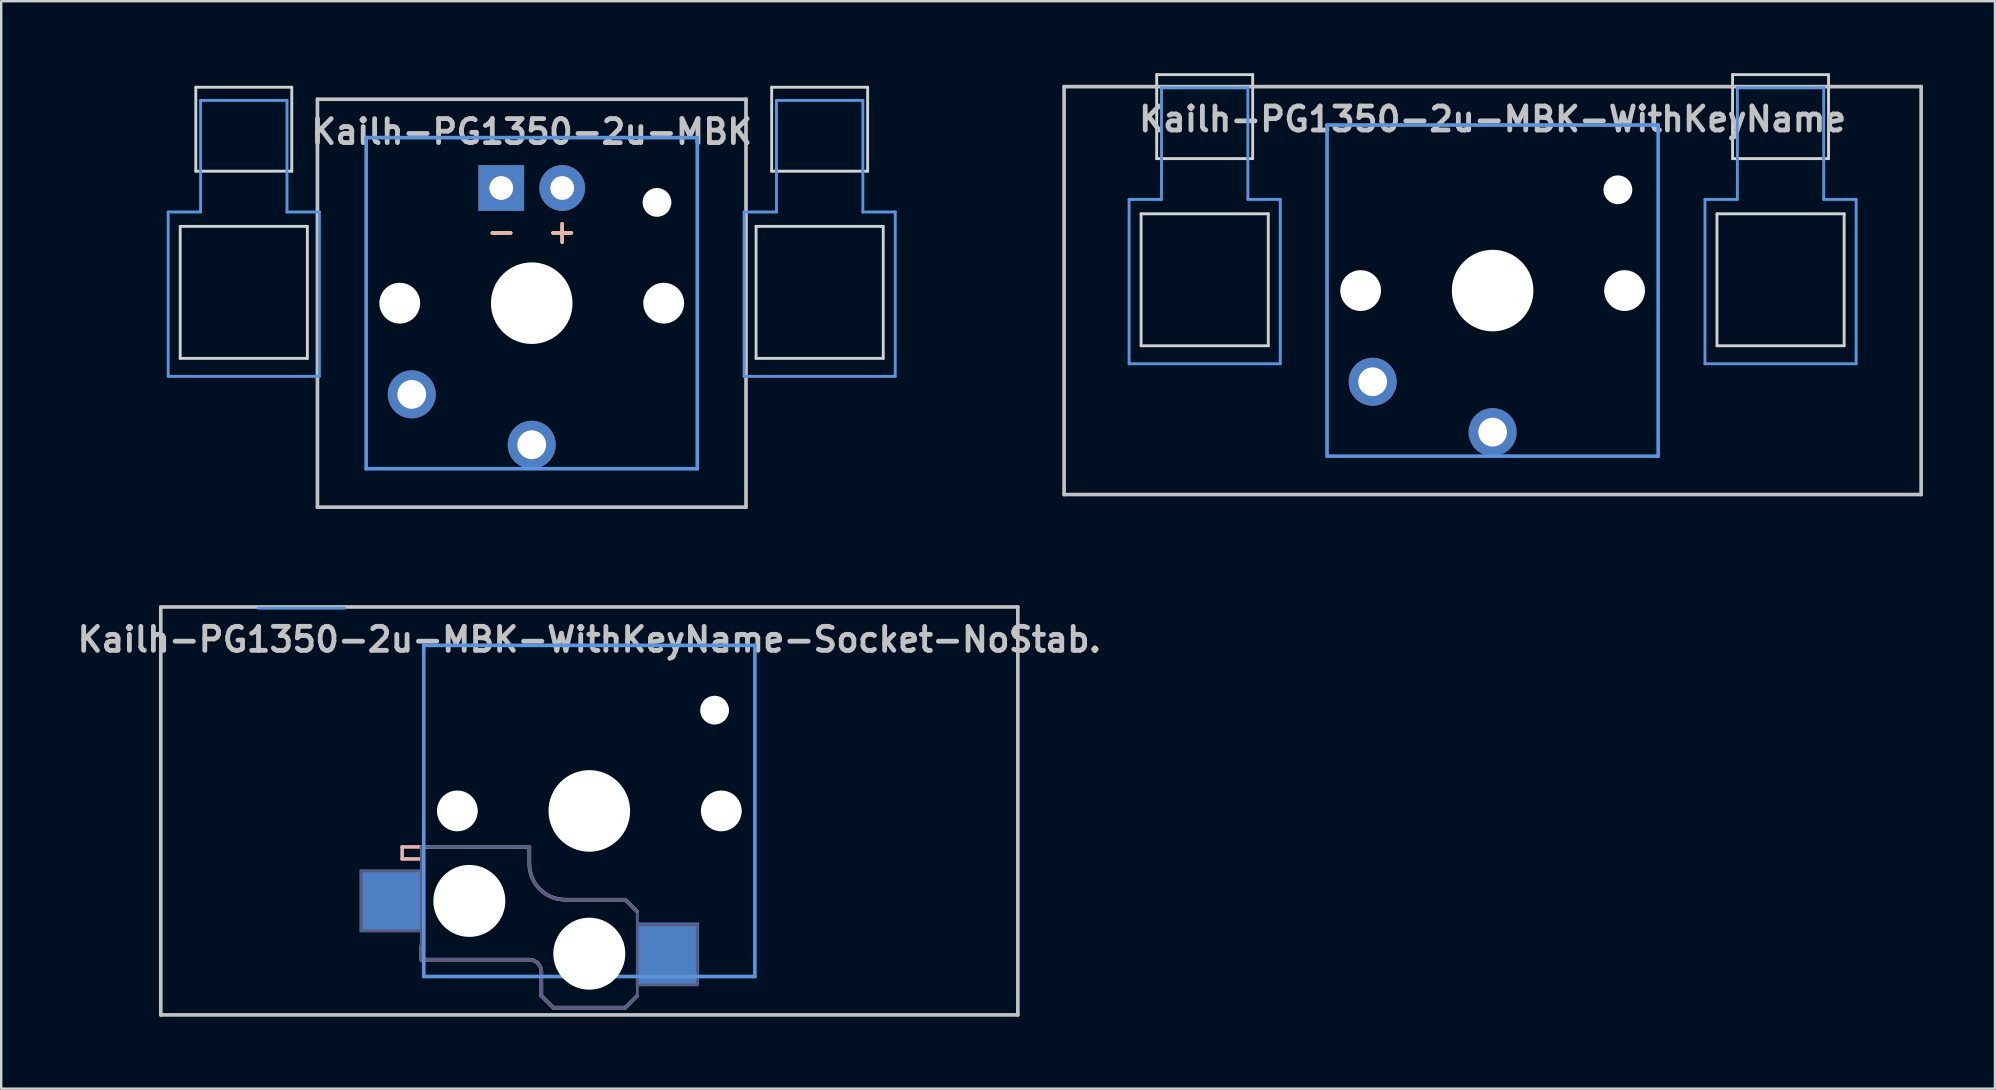
<source format=kicad_pcb>
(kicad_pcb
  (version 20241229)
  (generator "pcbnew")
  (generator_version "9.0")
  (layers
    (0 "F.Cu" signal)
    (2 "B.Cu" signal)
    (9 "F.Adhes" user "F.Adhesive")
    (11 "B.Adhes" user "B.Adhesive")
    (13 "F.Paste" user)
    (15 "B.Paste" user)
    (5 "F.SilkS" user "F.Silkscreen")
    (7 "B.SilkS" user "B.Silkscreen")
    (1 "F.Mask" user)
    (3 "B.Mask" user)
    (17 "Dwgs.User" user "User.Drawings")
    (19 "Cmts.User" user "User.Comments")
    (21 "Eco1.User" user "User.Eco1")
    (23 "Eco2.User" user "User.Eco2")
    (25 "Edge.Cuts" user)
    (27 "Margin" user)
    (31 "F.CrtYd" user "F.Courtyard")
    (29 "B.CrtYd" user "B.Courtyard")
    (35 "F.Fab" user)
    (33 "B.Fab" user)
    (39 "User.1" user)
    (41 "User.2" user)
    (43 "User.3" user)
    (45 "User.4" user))
  (footprint "Kailh-PG1350-2u-MBK-WithKeyName-Socket-NoStab."
    (layer "F.Cu")
    (at 21.51 30.746)
    (property "Reference" "Kailh-PG1350-2u-MBK-WithKeyName-Socket-NoStab." (at 0 -7.144 180) (layer "Dwgs.User") (effects (font (size 1 1) (thickness 0.2))))
    (attr through_hole)
    (fp_line (start -7.8 1.5) (end -7.8 2) (stroke (width 0.15) (type solid)) (layer "B.SilkS"))
    (fp_line (start -7 2) (end -7.8 2) (stroke (width 0.15) (type solid)) (layer "B.SilkS"))
    (fp_line (start -7 5.6) (end -7 6.2) (stroke (width 0.15) (type solid)) (layer "B.SilkS"))
    (fp_line (start -7 6.2) (end -2.5 6.2) (stroke (width 0.15) (type solid)) (layer "B.SilkS"))
    (fp_line (start -2.5 1.5) (end -7.8 1.5) (stroke (width 0.15) (type solid)) (layer "B.SilkS"))
    (fp_line (start -2.5 2.2) (end -2.5 1.5) (stroke (width 0.15) (type solid)) (layer "B.SilkS"))
    (fp_line (start -2 6.7) (end -2 7.7) (stroke (width 0.15) (type solid)) (layer "B.SilkS"))
    (fp_line (start -1.5 8.2) (end -2 7.7) (stroke (width 0.15) (type solid)) (layer "B.SilkS"))
    (fp_line (start 1.5 3.7) (end -1 3.7) (stroke (width 0.15) (type solid)) (layer "B.SilkS"))
    (fp_line (start 1.5 8.2) (end -1.5 8.2) (stroke (width 0.15) (type solid)) (layer "B.SilkS"))
    (fp_line (start 2 4.2) (end 1.5 3.7) (stroke (width 0.15) (type solid)) (layer "B.SilkS"))
    (fp_line (start 2 7.7) (end 1.5 8.2) (stroke (width 0.15) (type solid)) (layer "B.SilkS"))
    (fp_arc (start -2.5 6.2) (mid -2.146447 6.346447) (end -2 6.7) (stroke (width 0.15) (type solid)) (layer "B.SilkS"))
    (fp_arc (start -1 3.7) (mid -2.06066 3.26066) (end -2.5 2.2) (stroke (width 0.15) (type solid)) (layer "B.SilkS"))
    (fp_line (start -17.859 -8.5) (end 17.859 -8.5) (stroke (width 0.152) (type solid)) (layer "Dwgs.User"))
    (fp_line (start -17.859 8.5) (end -17.859 -8.5) (stroke (width 0.152) (type solid)) (layer "Dwgs.User"))
    (fp_line (start 17.859 -8.5) (end 17.859 8.5) (stroke (width 0.152) (type solid)) (layer "Dwgs.User"))
    (fp_line (start 17.859 8.5) (end -17.859 8.5) (stroke (width 0.152) (type solid)) (layer "Dwgs.User"))
    (fp_line (start -13.8 -8.45) (end -10.2 -8.45) (stroke (width 0.12) (type solid)) (layer "Cmts.User"))
    (fp_line (start -6.9 -6.9) (end 6.9 -6.9) (stroke (width 0.152) (type solid)) (layer "Cmts.User"))
    (fp_line (start -6.9 6.9) (end -6.9 -6.9) (stroke (width 0.152) (type solid)) (layer "Cmts.User"))
    (fp_line (start 6.9 -6.9) (end 6.9 6.9) (stroke (width 0.152) (type solid)) (layer "Cmts.User"))
    (fp_line (start 6.9 6.9) (end -6.9 6.9) (stroke (width 0.152) (type solid)) (layer "Cmts.User"))
    (fp_line (start -7.5 -7.5) (end 7.5 -7.5) (stroke (width 0.152) (type solid)) (layer "Eco2.User"))
    (fp_line (start -7.5 7.5) (end -7.5 -7.5) (stroke (width 0.152) (type solid)) (layer "Eco2.User"))
    (fp_line (start -2.6 -3.1) (end -2.6 -6.3) (stroke (width 0.15) (type solid)) (layer "Eco2.User"))
    (fp_line (start -2.6 -3.1) (end 2.6 -3.1) (stroke (width 0.15) (type solid)) (layer "Eco2.User"))
    (fp_line (start 2.6 -6.3) (end -2.6 -6.3) (stroke (width 0.15) (type solid)) (layer "Eco2.User"))
    (fp_line (start 2.6 -3.1) (end 2.6 -6.3) (stroke (width 0.15) (type solid)) (layer "Eco2.User"))
    (fp_line (start 7.5 -7.5) (end 7.5 7.5) (stroke (width 0.152) (type solid)) (layer "Eco2.User"))
    (fp_line (start 7.5 7.5) (end -7.5 7.5) (stroke (width 0.152) (type solid)) (layer "Eco2.User"))
    (fp_line (start -9.5 2.5) (end -7 2.5) (stroke (width 0.12) (type solid)) (layer "B.Fab"))
    (fp_line (start -9.5 5) (end -9.5 2.5) (stroke (width 0.12) (type solid)) (layer "B.Fab"))
    (fp_line (start -7 1.5) (end -7 6.2) (stroke (width 0.12) (type solid)) (layer "B.Fab"))
    (fp_line (start -7 5) (end -9.5 5) (stroke (width 0.12) (type solid)) (layer "B.Fab"))
    (fp_line (start -7 6.2) (end -2.5 6.2) (stroke (width 0.15) (type solid)) (layer "B.Fab"))
    (fp_line (start -2.5 1.5) (end -7 1.5) (stroke (width 0.15) (type solid)) (layer "B.Fab"))
    (fp_line (start -2.5 2.2) (end -2.5 1.5) (stroke (width 0.15) (type solid)) (layer "B.Fab"))
    (fp_line (start -2 6.7) (end -2 7.7) (stroke (width 0.15) (type solid)) (layer "B.Fab"))
    (fp_line (start -1.5 8.2) (end -2 7.7) (stroke (width 0.15) (type solid)) (layer "B.Fab"))
    (fp_line (start 1.5 3.7) (end -1 3.7) (stroke (width 0.15) (type solid)) (layer "B.Fab"))
    (fp_line (start 1.5 8.2) (end -1.5 8.2) (stroke (width 0.15) (type solid)) (layer "B.Fab"))
    (fp_line (start 2 4.2) (end 1.5 3.7) (stroke (width 0.15) (type solid)) (layer "B.Fab"))
    (fp_line (start 2 4.25) (end 2 7.7) (stroke (width 0.12) (type solid)) (layer "B.Fab"))
    (fp_line (start 2 4.75) (end 4.5 4.75) (stroke (width 0.12) (type solid)) (layer "B.Fab"))
    (fp_line (start 2 7.7) (end 1.5 8.2) (stroke (width 0.15) (type solid)) (layer "B.Fab"))
    (fp_line (start 4.5 4.75) (end 4.5 7.25) (stroke (width 0.12) (type solid)) (layer "B.Fab"))
    (fp_line (start 4.5 7.25) (end 2 7.25) (stroke (width 0.12) (type solid)) (layer "B.Fab"))
    (fp_arc (start -2.5 6.2) (mid -2.146447 6.346447) (end -2 6.7) (stroke (width 0.15) (type solid)) (layer "B.Fab"))
    (fp_arc (start -1 3.7) (mid -2.06066 3.26066) (end -2.5 2.2) (stroke (width 0.15) (type solid)) (layer "B.Fab"))
    (pad "" np_thru_hole circle (at -5.5 0 180) (size 1.7 1.7) (drill 1.7) (layers "*.Cu" "*.Mask"))
    (pad "" np_thru_hole circle (at -5 3.75) (size 3 3) (drill 3) (layers "*.Cu" "*.Mask"))
    (pad "" np_thru_hole circle (at 0 0 180) (size 3.4 3.4) (drill 3.4) (layers "*.Cu" "*.Mask"))
    (pad "" np_thru_hole circle (at 0 5.95) (size 3 3) (drill 3) (layers "*.Cu" "*.Mask"))
    (pad "" np_thru_hole circle (at 5.22 -4.2 180) (size 1.2 1.2) (drill 1.2) (layers "*.Cu" "*.Mask"))
    (pad "" np_thru_hole circle (at 5.5 0 180) (size 1.7 1.7) (drill 1.7) (layers "*.Cu" "*.Mask"))
    (pad "1" smd rect (at 3.275 5.95) (size 2.6 2.6) (layers "B.Cu" "B.Mask" "B.Paste"))
    (pad "2" smd rect (at -8.275 3.75) (size 2.6 2.6) (layers "B.Cu" "B.Mask" "B.Paste")))
  (footprint "Kailh-PG1350-2u-MBK-WithKeyName"
    (layer "F.Cu")
    (at 59.156 9.06)
    (property "Reference" "Kailh-PG1350-2u-MBK-WithKeyName" (at 0 -7.144 180) (layer "Dwgs.User") (effects (font (size 1 1) (thickness 0.2))))
    (attr through_hole)
    (fp_line (start -17.859 -8.5) (end 17.859 -8.5) (stroke (width 0.152) (type solid)) (layer "Dwgs.User"))
    (fp_line (start -17.859 8.5) (end -17.859 -8.5) (stroke (width 0.152) (type solid)) (layer "Dwgs.User"))
    (fp_line (start 17.859 -8.5) (end 17.859 8.5) (stroke (width 0.152) (type solid)) (layer "Dwgs.User"))
    (fp_line (start 17.859 8.5) (end -17.859 8.5) (stroke (width 0.152) (type solid)) (layer "Dwgs.User"))
    (fp_line (start -15.15 -3.8) (end -13.8 -3.8) (stroke (width 0.12) (type solid)) (layer "Cmts.User"))
    (fp_line (start -15.15 3.05) (end -15.15 -3.8) (stroke (width 0.12) (type solid)) (layer "Cmts.User"))
    (fp_line (start -15.15 3.05) (end -8.85 3.05) (stroke (width 0.12) (type solid)) (layer "Cmts.User"))
    (fp_line (start -13.8 -8.45) (end -13.8 -3.8) (stroke (width 0.12) (type solid)) (layer "Cmts.User"))
    (fp_line (start -13.8 -8.45) (end -10.2 -8.45) (stroke (width 0.12) (type solid)) (layer "Cmts.User"))
    (fp_line (start -10.2 -8.45) (end -10.2 -3.8) (stroke (width 0.12) (type solid)) (layer "Cmts.User"))
    (fp_line (start -10.2 -3.8) (end -8.85 -3.8) (stroke (width 0.12) (type solid)) (layer "Cmts.User"))
    (fp_line (start -8.85 3.05) (end -8.85 -3.8) (stroke (width 0.12) (type solid)) (layer "Cmts.User"))
    (fp_line (start -6.9 -6.9) (end 6.9 -6.9) (stroke (width 0.152) (type solid)) (layer "Cmts.User"))
    (fp_line (start -6.9 6.9) (end -6.9 -6.9) (stroke (width 0.152) (type solid)) (layer "Cmts.User"))
    (fp_line (start 6.9 -6.9) (end 6.9 6.9) (stroke (width 0.152) (type solid)) (layer "Cmts.User"))
    (fp_line (start 6.9 6.9) (end -6.9 6.9) (stroke (width 0.152) (type solid)) (layer "Cmts.User"))
    (fp_line (start 8.85 -3.8) (end 10.2 -3.8) (stroke (width 0.12) (type solid)) (layer "Cmts.User"))
    (fp_line (start 8.85 3.05) (end 8.85 -3.8) (stroke (width 0.12) (type solid)) (layer "Cmts.User"))
    (fp_line (start 8.85 3.05) (end 15.15 3.05) (stroke (width 0.12) (type solid)) (layer "Cmts.User"))
    (fp_line (start 10.2 -8.45) (end 10.2 -3.8) (stroke (width 0.12) (type solid)) (layer "Cmts.User"))
    (fp_line (start 10.2 -8.45) (end 13.8 -8.45) (stroke (width 0.12) (type solid)) (layer "Cmts.User"))
    (fp_line (start 13.8 -8.45) (end 13.8 -3.8) (stroke (width 0.12) (type solid)) (layer "Cmts.User"))
    (fp_line (start 13.8 -3.8) (end 15.15 -3.8) (stroke (width 0.12) (type solid)) (layer "Cmts.User"))
    (fp_line (start 15.15 3.05) (end 15.15 -3.8) (stroke (width 0.12) (type solid)) (layer "Cmts.User"))
    (fp_line (start -7.5 -7.5) (end 7.5 -7.5) (stroke (width 0.152) (type solid)) (layer "Eco2.User"))
    (fp_line (start -7.5 7.5) (end -7.5 -7.5) (stroke (width 0.152) (type solid)) (layer "Eco2.User"))
    (fp_line (start -2.6 -3.1) (end -2.6 -6.3) (stroke (width 0.15) (type solid)) (layer "Eco2.User"))
    (fp_line (start -2.6 -3.1) (end 2.6 -3.1) (stroke (width 0.15) (type solid)) (layer "Eco2.User"))
    (fp_line (start 2.6 -6.3) (end -2.6 -6.3) (stroke (width 0.15) (type solid)) (layer "Eco2.User"))
    (fp_line (start 2.6 -3.1) (end 2.6 -6.3) (stroke (width 0.15) (type solid)) (layer "Eco2.User"))
    (fp_line (start 7.5 -7.5) (end 7.5 7.5) (stroke (width 0.152) (type solid)) (layer "Eco2.User"))
    (fp_line (start 7.5 7.5) (end -7.5 7.5) (stroke (width 0.152) (type solid)) (layer "Eco2.User"))
    (fp_line (start -14.65 -3.2) (end -14.65 2.3) (stroke (width 0.12) (type solid)) (layer "Edge.Cuts"))
    (fp_line (start -14.65 -3.2) (end -9.35 -3.2) (stroke (width 0.12) (type solid)) (layer "Edge.Cuts"))
    (fp_line (start -14.65 2.3) (end -9.35 2.3) (stroke (width 0.12) (type solid)) (layer "Edge.Cuts"))
    (fp_line (start -14 -9) (end -14 -5.5) (stroke (width 0.12) (type solid)) (layer "Edge.Cuts"))
    (fp_line (start -14 -9) (end -10 -9) (stroke (width 0.12) (type solid)) (layer "Edge.Cuts"))
    (fp_line (start -14 -5.5) (end -10 -5.5) (stroke (width 0.12) (type solid)) (layer "Edge.Cuts"))
    (fp_line (start -10 -5.5) (end -10 -9) (stroke (width 0.12) (type solid)) (layer "Edge.Cuts"))
    (fp_line (start -9.35 2.3) (end -9.35 -3.2) (stroke (width 0.12) (type solid)) (layer "Edge.Cuts"))
    (fp_line (start 9.35 -3.2) (end 9.35 2.3) (stroke (width 0.12) (type solid)) (layer "Edge.Cuts"))
    (fp_line (start 9.35 -3.2) (end 14.65 -3.2) (stroke (width 0.12) (type solid)) (layer "Edge.Cuts"))
    (fp_line (start 9.35 2.3) (end 14.65 2.3) (stroke (width 0.12) (type solid)) (layer "Edge.Cuts"))
    (fp_line (start 10 -9) (end 10 -5.5) (stroke (width 0.12) (type solid)) (layer "Edge.Cuts"))
    (fp_line (start 10 -9) (end 14 -9) (stroke (width 0.12) (type solid)) (layer "Edge.Cuts"))
    (fp_line (start 10 -5.5) (end 14 -5.5) (stroke (width 0.12) (type solid)) (layer "Edge.Cuts"))
    (fp_line (start 14 -5.5) (end 14 -9) (stroke (width 0.12) (type solid)) (layer "Edge.Cuts"))
    (fp_line (start 14.65 2.3) (end 14.65 -3.2) (stroke (width 0.12) (type solid)) (layer "Edge.Cuts"))
    (pad "" np_thru_hole circle (at -5.5 0 180) (size 1.7 1.7) (drill 1.7) (layers "*.Cu" "*.Mask"))
    (pad "" np_thru_hole circle (at 0 0 180) (size 3.4 3.4) (drill 3.4) (layers "*.Cu" "*.Mask"))
    (pad "" np_thru_hole circle (at 5.22 -4.2 180) (size 1.2 1.2) (drill 1.2) (layers "*.Cu" "*.Mask"))
    (pad "" np_thru_hole circle (at 5.5 0 180) (size 1.7 1.7) (drill 1.7) (layers "*.Cu" "*.Mask"))
    (pad "1" thru_hole circle (at 0 5.9 180) (size 2 2) (drill 1.2) (layers "*.Cu" "*.Mask"))
    (pad "2" thru_hole circle (at -5 3.8 41.9) (size 2 2) (drill 1.2) (layers "*.Cu" "*.Mask")))
  (footprint "Kailh-PG1350-2u-MBK"
    (layer "F.Cu")
    (at 19.11 9.585)
    (property "Reference" "Kailh-PG1350-2u-MBK" (at 0 -7.144 180) (layer "Dwgs.User") (effects (font (size 1 1) (thickness 0.2))))
    (attr through_hole)
    (fp_line (start -8.93 -8.5) (end 8.93 -8.5) (stroke (width 0.152) (type solid)) (layer "Dwgs.User"))
    (fp_line (start -8.93 8.5) (end -8.93 -8.5) (stroke (width 0.152) (type solid)) (layer "Dwgs.User"))
    (fp_line (start 8.93 -8.5) (end 8.93 8.5) (stroke (width 0.152) (type solid)) (layer "Dwgs.User"))
    (fp_line (start 8.93 8.5) (end -8.93 8.5) (stroke (width 0.152) (type solid)) (layer "Dwgs.User"))
    (fp_line (start -15.15 -3.8) (end -13.8 -3.8) (stroke (width 0.12) (type solid)) (layer "Cmts.User"))
    (fp_line (start -15.15 3.05) (end -15.15 -3.8) (stroke (width 0.12) (type solid)) (layer "Cmts.User"))
    (fp_line (start -15.15 3.05) (end -8.85 3.05) (stroke (width 0.12) (type solid)) (layer "Cmts.User"))
    (fp_line (start -13.8 -8.45) (end -13.8 -3.8) (stroke (width 0.12) (type solid)) (layer "Cmts.User"))
    (fp_line (start -13.8 -8.45) (end -10.2 -8.45) (stroke (width 0.12) (type solid)) (layer "Cmts.User"))
    (fp_line (start -10.2 -8.45) (end -10.2 -3.8) (stroke (width 0.12) (type solid)) (layer "Cmts.User"))
    (fp_line (start -10.2 -3.8) (end -8.85 -3.8) (stroke (width 0.12) (type solid)) (layer "Cmts.User"))
    (fp_line (start -8.85 3.05) (end -8.85 -3.8) (stroke (width 0.12) (type solid)) (layer "Cmts.User"))
    (fp_line (start -6.9 -6.9) (end 6.9 -6.9) (stroke (width 0.152) (type solid)) (layer "Cmts.User"))
    (fp_line (start -6.9 6.9) (end -6.9 -6.9) (stroke (width 0.152) (type solid)) (layer "Cmts.User"))
    (fp_line (start 6.9 -6.9) (end 6.9 6.9) (stroke (width 0.152) (type solid)) (layer "Cmts.User"))
    (fp_line (start 6.9 6.9) (end -6.9 6.9) (stroke (width 0.152) (type solid)) (layer "Cmts.User"))
    (fp_line (start 8.85 -3.8) (end 10.2 -3.8) (stroke (width 0.12) (type solid)) (layer "Cmts.User"))
    (fp_line (start 8.85 3.05) (end 8.85 -3.8) (stroke (width 0.12) (type solid)) (layer "Cmts.User"))
    (fp_line (start 8.85 3.05) (end 15.15 3.05) (stroke (width 0.12) (type solid)) (layer "Cmts.User"))
    (fp_line (start 10.2 -8.45) (end 10.2 -3.8) (stroke (width 0.12) (type solid)) (layer "Cmts.User"))
    (fp_line (start 10.2 -8.45) (end 13.8 -8.45) (stroke (width 0.12) (type solid)) (layer "Cmts.User"))
    (fp_line (start 13.8 -8.45) (end 13.8 -3.8) (stroke (width 0.12) (type solid)) (layer "Cmts.User"))
    (fp_line (start 13.8 -3.8) (end 15.15 -3.8) (stroke (width 0.12) (type solid)) (layer "Cmts.User"))
    (fp_line (start 15.15 3.05) (end 15.15 -3.8) (stroke (width 0.12) (type solid)) (layer "Cmts.User"))
    (fp_line (start -19.05 -9.525) (end -19.05 9.525) (stroke (width 0.12) (type solid)) (layer "Eco1.User"))
    (fp_line (start -19.05 -9.525) (end 19.05 -9.525) (stroke (width 0.12) (type solid)) (layer "Eco1.User"))
    (fp_line (start -19.05 9.525) (end 19.05 9.525) (stroke (width 0.12) (type solid)) (layer "Eco1.User"))
    (fp_line (start 19.05 -9.525) (end 19.05 9.525) (stroke (width 0.12) (type solid)) (layer "Eco1.User"))
    (fp_line (start -7.5 -7.5) (end 7.5 -7.5) (stroke (width 0.152) (type solid)) (layer "Eco2.User"))
    (fp_line (start -7.5 7.5) (end -7.5 -7.5) (stroke (width 0.152) (type solid)) (layer "Eco2.User"))
    (fp_line (start 7.5 -7.5) (end 7.5 7.5) (stroke (width 0.152) (type solid)) (layer "Eco2.User"))
    (fp_line (start 7.5 7.5) (end -7.5 7.5) (stroke (width 0.152) (type solid)) (layer "Eco2.User"))
    (fp_line (start -14.65 -3.2) (end -14.65 2.3) (stroke (width 0.12) (type solid)) (layer "Edge.Cuts"))
    (fp_line (start -14.65 -3.2) (end -9.35 -3.2) (stroke (width 0.12) (type solid)) (layer "Edge.Cuts"))
    (fp_line (start -14.65 2.3) (end -9.35 2.3) (stroke (width 0.12) (type solid)) (layer "Edge.Cuts"))
    (fp_line (start -14 -9) (end -14 -5.5) (stroke (width 0.12) (type solid)) (layer "Edge.Cuts"))
    (fp_line (start -14 -9) (end -10 -9) (stroke (width 0.12) (type solid)) (layer "Edge.Cuts"))
    (fp_line (start -14 -5.5) (end -10 -5.5) (stroke (width 0.12) (type solid)) (layer "Edge.Cuts"))
    (fp_line (start -10 -5.5) (end -10 -9) (stroke (width 0.12) (type solid)) (layer "Edge.Cuts"))
    (fp_line (start -9.35 2.3) (end -9.35 -3.2) (stroke (width 0.12) (type solid)) (layer "Edge.Cuts"))
    (fp_line (start 9.35 -3.2) (end 9.35 2.3) (stroke (width 0.12) (type solid)) (layer "Edge.Cuts"))
    (fp_line (start 9.35 -3.2) (end 14.65 -3.2) (stroke (width 0.12) (type solid)) (layer "Edge.Cuts"))
    (fp_line (start 9.35 2.3) (end 14.65 2.3) (stroke (width 0.12) (type solid)) (layer "Edge.Cuts"))
    (fp_line (start 10 -9) (end 10 -5.5) (stroke (width 0.12) (type solid)) (layer "Edge.Cuts"))
    (fp_line (start 10 -9) (end 14 -9) (stroke (width 0.12) (type solid)) (layer "Edge.Cuts"))
    (fp_line (start 10 -5.5) (end 14 -5.5) (stroke (width 0.12) (type solid)) (layer "Edge.Cuts"))
    (fp_line (start 14 -5.5) (end 14 -9) (stroke (width 0.12) (type solid)) (layer "Edge.Cuts"))
    (fp_line (start 14.65 2.3) (end 14.65 -3.2) (stroke (width 0.12) (type solid)) (layer "Edge.Cuts"))
    (fp_text user "+" (at 1.27 -3 180) (layer "F.SilkS") (effects (font (size 1 1) (thickness 0.15))))
    (fp_text user "-" (at -1.26 -3 180) (layer "F.SilkS") (effects (font (size 1 1) (thickness 0.15))))
    (fp_text user "+" (at 1.27 -3 180) (layer "B.SilkS") (effects (font (size 1 1) (thickness 0.15)) (justify mirror)))
    (fp_text user "-" (at -1.26 -3 180) (layer "B.SilkS") (effects (font (size 1 1) (thickness 0.15)) (justify mirror)))
    (pad "" np_thru_hole circle (at -5.5 0 180) (size 1.7 1.7) (drill 1.7) (layers "*.Cu" "*.Mask"))
    (pad "" np_thru_hole circle (at 0 0 180) (size 3.4 3.4) (drill 3.4) (layers "*.Cu" "*.Mask"))
    (pad "" np_thru_hole circle (at 5.22 -4.2 180) (size 1.2 1.2) (drill 1.2) (layers "*.Cu" "*.Mask"))
    (pad "" np_thru_hole circle (at 5.5 0 180) (size 1.7 1.7) (drill 1.7) (layers "*.Cu" "*.Mask"))
    (pad "1" thru_hole circle (at 0 5.9 180) (size 2 2) (drill 1.2) (layers "*.Cu" "*.Mask"))
    (pad "2" thru_hole circle (at -5 3.8 41.9) (size 2 2) (drill 1.2) (layers "*.Cu" "*.Mask"))
    (pad "3" thru_hole circle (at 1.27 -4.8 180) (size 1.905 1.905) (drill 0.991) (layers "*.Cu" "*.Mask"))
    (pad "4" thru_hole rect (at -1.27 -4.8 180) (size 1.905 1.905) (drill 0.991) (layers "*.Cu" "*.Mask")))
  (gr_rect
    (start -3 -3)
    (end 80.091 42.322)
    (stroke (width 0.1) (type default))
    (fill no)
    (layer "Edge.Cuts")))
</source>
